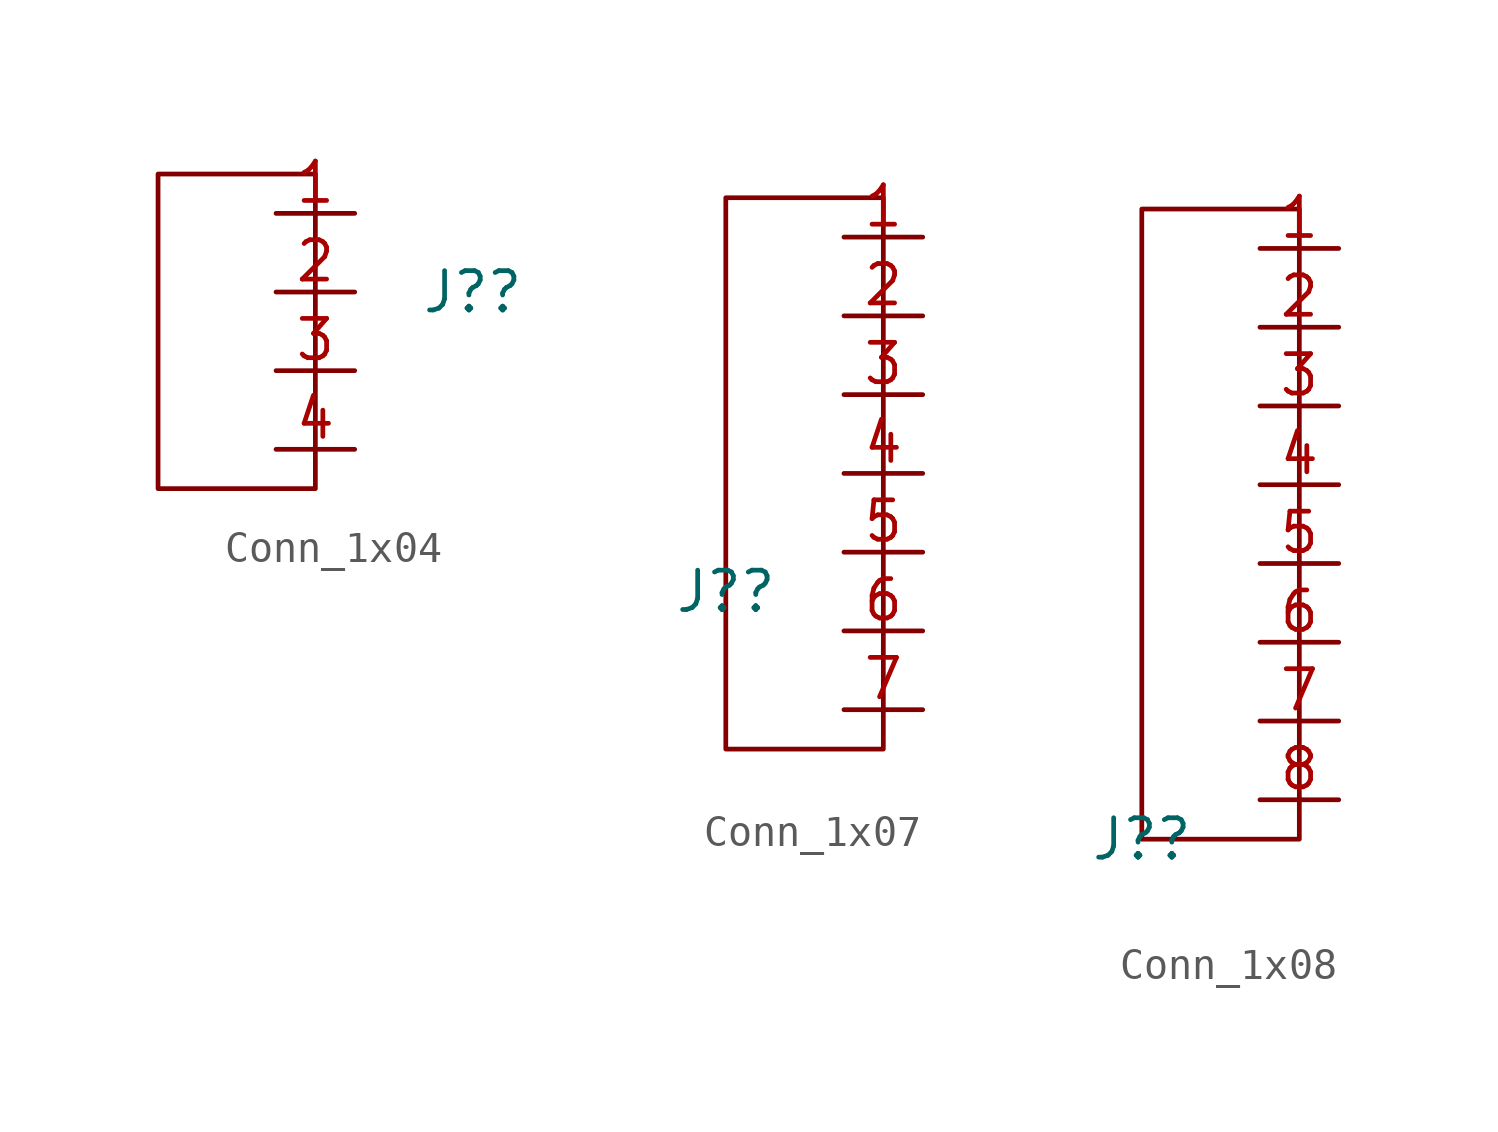
<source format=kicad_sym>
(kicad_symbol_lib
  (version 20231120)
  (generator "kicad_symbol_editor")
  (generator_version "8.0")
  (symbol "Conn_1x04"
    (property "Reference" "J?"
      (at 0 0 0)
      (effects (font (size 1.27 1.27))))
    (property "Value" ""
      (at 0 0 0)
      (effects (font (size 1.27 1.27))))
    (symbol "Conn_1x04_0_1"
      (rectangle (start -10.16 3.81) (end -5.08 -6.35) (stroke (width 0) (type default)) (fill (type none))))
    (symbol "Conn_1x04_1_1"
      (pin passive line (at -3.81 2.54 180) (length 2.54) (name "" (effects (font (size 1.27 1.27)))) (number "1" (effects (font (size 1.27 1.27)))))
      (pin passive line (at -3.81 0 180) (length 2.54) (name "" (effects (font (size 1.27 1.27)))) (number "2" (effects (font (size 1.27 1.27)))))
      (pin passive line (at -3.81 -2.54 180) (length 2.54) (name "" (effects (font (size 1.27 1.27)))) (number "3" (effects (font (size 1.27 1.27)))))
      (pin passive line (at -3.81 -5.08 180) (length 2.54) (name "" (effects (font (size 1.27 1.27)))) (number "4" (effects (font (size 1.27 1.27)))))))
  (symbol "Conn_1x07"
    (property "Reference" "J?"
      (at 0 0 0)
      (effects (font (size 1.27 1.27))))
    (property "Value" ""
      (at 0 0 0)
      (effects (font (size 1.27 1.27))))
    (symbol "Conn_1x07_0_1"
      (rectangle (start 0 12.7) (end 5.08 -5.08) (stroke (width 0) (type default)) (fill (type none))))
    (symbol "Conn_1x07_1_1"
      (pin passive line (at 6.35 11.43 180) (length 2.54) (name "" (effects (font (size 1.27 1.27)))) (number "1" (effects (font (size 1.27 1.27)))))
      (pin passive line (at 6.35 8.89 180) (length 2.54) (name "" (effects (font (size 1.27 1.27)))) (number "2" (effects (font (size 1.27 1.27)))))
      (pin passive line (at 6.35 6.35 180) (length 2.54) (name "" (effects (font (size 1.27 1.27)))) (number "3" (effects (font (size 1.27 1.27)))))
      (pin passive line (at 6.35 3.81 180) (length 2.54) (name "" (effects (font (size 1.27 1.27)))) (number "4" (effects (font (size 1.27 1.27)))))
      (pin passive line (at 6.35 1.27 180) (length 2.54) (name "" (effects (font (size 1.27 1.27)))) (number "5" (effects (font (size 1.27 1.27)))))
      (pin passive line (at 6.35 -1.27 180) (length 2.54) (name "" (effects (font (size 1.27 1.27)))) (number "6" (effects (font (size 1.27 1.27)))))
      (pin passive line (at 6.35 -3.81 180) (length 2.54) (name "" (effects (font (size 1.27 1.27)))) (number "7" (effects (font (size 1.27 1.27)))))))
  (symbol "Conn_1x08"
    (property "Reference" "J?"
      (at 0 0 0)
      (effects (font (size 1.27 1.27))))
    (property "Value" ""
      (at 0 0 0)
      (effects (font (size 1.27 1.27))))
    (symbol "Conn_1x08_0_1"
      (rectangle (start 0 20.32) (end 5.08 0) (stroke (width 0) (type default)) (fill (type none))))
    (symbol "Conn_1x08_1_1"
      (pin passive line (at 6.35 19.05 180) (length 2.54) (name "" (effects (font (size 1.27 1.27)))) (number "1" (effects (font (size 1.27 1.27)))))
      (pin passive line (at 6.35 16.51 180) (length 2.54) (name "" (effects (font (size 1.27 1.27)))) (number "2" (effects (font (size 1.27 1.27)))))
      (pin passive line (at 6.35 13.97 180) (length 2.54) (name "" (effects (font (size 1.27 1.27)))) (number "3" (effects (font (size 1.27 1.27)))))
      (pin passive line (at 6.35 11.43 180) (length 2.54) (name "" (effects (font (size 1.27 1.27)))) (number "4" (effects (font (size 1.27 1.27)))))
      (pin passive line (at 6.35 8.89 180) (length 2.54) (name "" (effects (font (size 1.27 1.27)))) (number "5" (effects (font (size 1.27 1.27)))))
      (pin passive line (at 6.35 6.35 180) (length 2.54) (name "" (effects (font (size 1.27 1.27)))) (number "6" (effects (font (size 1.27 1.27)))))
      (pin passive line (at 6.35 3.81 180) (length 2.54) (name "" (effects (font (size 1.27 1.27)))) (number "7" (effects (font (size 1.27 1.27)))))
      (pin passive line (at 6.35 1.27 180) (length 2.54) (name "" (effects (font (size 1.27 1.27)))) (number "8" (effects (font (size 1.27 1.27))))))))
</source>
